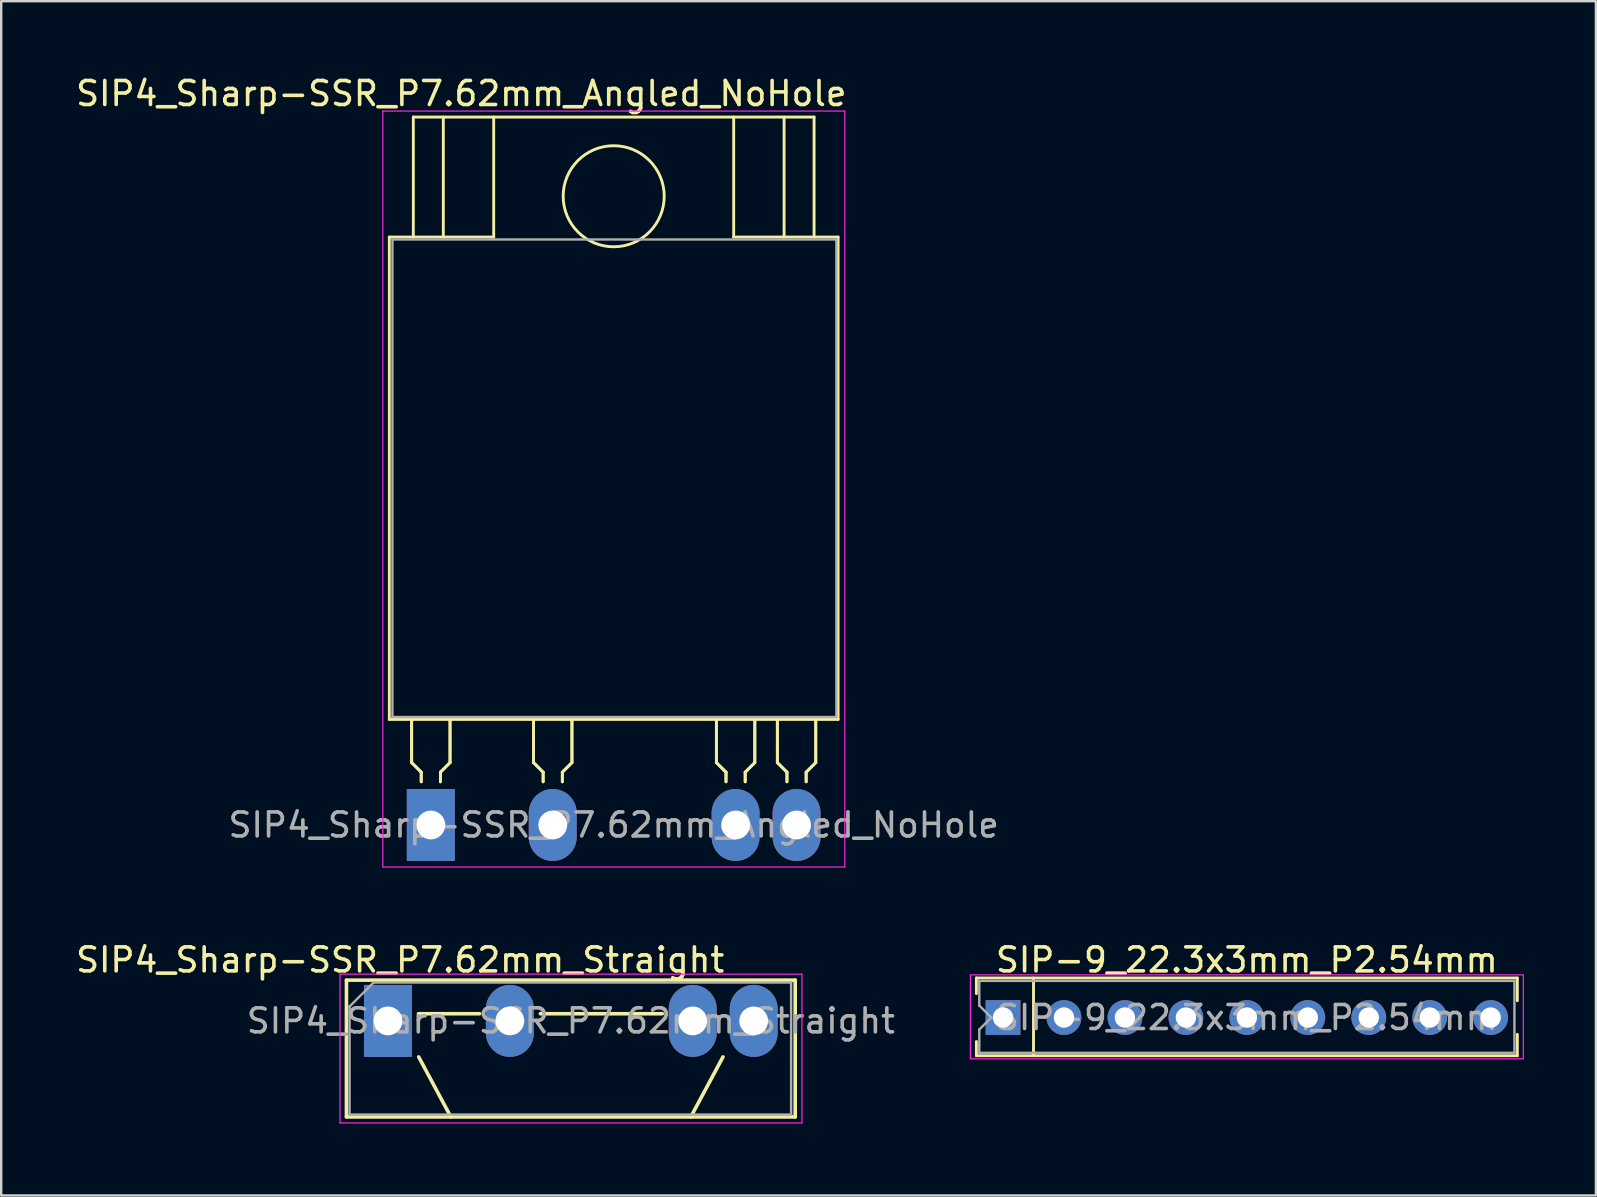
<source format=kicad_pcb>
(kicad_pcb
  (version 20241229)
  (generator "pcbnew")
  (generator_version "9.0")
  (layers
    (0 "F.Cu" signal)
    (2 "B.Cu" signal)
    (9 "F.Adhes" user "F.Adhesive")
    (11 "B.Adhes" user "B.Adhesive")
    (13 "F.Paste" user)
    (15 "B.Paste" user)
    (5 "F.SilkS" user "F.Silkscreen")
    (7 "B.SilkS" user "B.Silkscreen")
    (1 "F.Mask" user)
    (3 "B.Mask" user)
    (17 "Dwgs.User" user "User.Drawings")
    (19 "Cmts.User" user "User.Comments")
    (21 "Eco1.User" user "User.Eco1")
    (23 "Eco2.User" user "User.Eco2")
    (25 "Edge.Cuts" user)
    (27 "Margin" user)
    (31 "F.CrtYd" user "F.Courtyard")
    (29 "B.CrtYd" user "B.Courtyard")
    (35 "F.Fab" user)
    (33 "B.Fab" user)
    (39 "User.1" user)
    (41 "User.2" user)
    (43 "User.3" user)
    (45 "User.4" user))
  (footprint "SIP4_Sharp-SSR_P7.62mm_Straight"
    (layer "F.Cu")
    (at 13.117 39.492)
    (property "Reference" "SIP4_Sharp-SSR_P7.62mm_Straight" (at 0.508 -2.54 0) (layer "F.SilkS") (effects (font (size 1 1) (thickness 0.15))))
    (attr through_hole)
    (fp_line (start -1.73 -1.7) (end 16.97 -1.7) (stroke (width 0.15) (type solid)) (layer "F.SilkS"))
    (fp_line (start -1.73 4) (end -1.73 -1.7) (stroke (width 0.15) (type solid)) (layer "F.SilkS"))
    (fp_line (start 1.27 -0.3) (end 3.81 -0.3) (stroke (width 0.15) (type solid)) (layer "F.SilkS"))
    (fp_line (start 2.62 4) (end 1.28 1.5) (stroke (width 0.15) (type solid)) (layer "F.SilkS"))
    (fp_line (start 6.35 -0.3) (end 11.43 -0.3) (stroke (width 0.15) (type solid)) (layer "F.SilkS"))
    (fp_line (start 12.62 4) (end 13.96 1.5) (stroke (width 0.15) (type solid)) (layer "F.SilkS"))
    (fp_line (start 16.97 -1.7) (end 16.97 4) (stroke (width 0.15) (type solid)) (layer "F.SilkS"))
    (fp_line (start 16.97 4) (end -1.73 4) (stroke (width 0.15) (type solid)) (layer "F.SilkS"))
    (fp_line (start -2 -1.95) (end 17.25 -1.95) (stroke (width 0.05) (type solid)) (layer "F.CrtYd"))
    (fp_line (start -2 4.25) (end -2 -1.95) (stroke (width 0.05) (type solid)) (layer "F.CrtYd"))
    (fp_line (start 17.25 -1.95) (end 17.25 4.25) (stroke (width 0.05) (type solid)) (layer "F.CrtYd"))
    (fp_line (start 17.25 4.25) (end -2 4.25) (stroke (width 0.05) (type solid)) (layer "F.CrtYd"))
    (fp_line (start -1.6 -0.6) (end -1.6 3.9) (stroke (width 0.1) (type solid)) (layer "F.Fab"))
    (fp_line (start -1.6 3.9) (end 16.8 3.9) (stroke (width 0.1) (type solid)) (layer "F.Fab"))
    (fp_line (start -0.6 -1.6) (end -1.6 -0.6) (stroke (width 0.1) (type solid)) (layer "F.Fab"))
    (fp_line (start 16.8 -1.6) (end -0.6 -1.6) (stroke (width 0.1) (type solid)) (layer "F.Fab"))
    (fp_line (start 16.8 3.9) (end 16.8 -1.6) (stroke (width 0.1) (type solid)) (layer "F.Fab"))
    (fp_text user "${REFERENCE}" (at 7.62 0 0) (layer "F.Fab") (effects (font (size 1 1) (thickness 0.15))))
    (pad "1" thru_hole rect (at 0 0) (size 2 3) (drill 1.2) (layers "*.Cu" "*.Mask"))
    (pad "2" thru_hole oval (at 5.08 0) (size 2 3) (drill 1.2) (layers "*.Cu" "*.Mask"))
    (pad "3" thru_hole oval (at 12.7 0) (size 2 3) (drill 1.2) (layers "*.Cu" "*.Mask"))
    (pad "4" thru_hole oval (at 15.24 0) (size 2 3) (drill 1.2) (layers "*.Cu" "*.Mask")))
  (footprint "SIP4_Sharp-SSR_P7.62mm_Angled_NoHole"
    (layer "F.Cu")
    (at 14.903 31.328)
    (property "Reference" "SIP4_Sharp-SSR_P7.62mm_Angled_NoHole" (at 1.27 -30.48 0) (layer "F.SilkS") (effects (font (size 1 1) (thickness 0.15))))
    (attr through_hole)
    (fp_line (start -1.73 -24.5) (end 2.62 -24.5) (stroke (width 0.12) (type solid)) (layer "F.SilkS"))
    (fp_line (start -1.73 -4.4) (end -1.73 -24.5) (stroke (width 0.12) (type solid)) (layer "F.SilkS"))
    (fp_line (start -0.8 -3.2) (end -0.8 -4.4) (stroke (width 0.12) (type solid)) (layer "F.SilkS"))
    (fp_line (start -0.8 -3.2) (end -0.8 -4.4) (stroke (width 0.12) (type solid)) (layer "F.SilkS"))
    (fp_line (start -0.8 -2.6) (end -0.8 -3.2) (stroke (width 0.12) (type solid)) (layer "F.SilkS"))
    (fp_line (start -0.8 -2.6) (end -0.8 -3.2) (stroke (width 0.12) (type solid)) (layer "F.SilkS"))
    (fp_line (start -0.73 -29.5) (end 15.97 -29.5) (stroke (width 0.12) (type solid)) (layer "F.SilkS"))
    (fp_line (start -0.73 -24.5) (end -0.73 -29.5) (stroke (width 0.12) (type solid)) (layer "F.SilkS"))
    (fp_line (start -0.4 -2.2) (end -0.8 -2.6) (stroke (width 0.12) (type solid)) (layer "F.SilkS"))
    (fp_line (start -0.4 -2.2) (end -0.8 -2.6) (stroke (width 0.12) (type solid)) (layer "F.SilkS"))
    (fp_line (start -0.4 -2.2) (end -0.4 -1.8) (stroke (width 0.12) (type solid)) (layer "F.SilkS"))
    (fp_line (start -0.4 -2.2) (end -0.4 -1.8) (stroke (width 0.12) (type solid)) (layer "F.SilkS"))
    (fp_line (start 0.4 -2.2) (end 0.8 -2.6) (stroke (width 0.12) (type solid)) (layer "F.SilkS"))
    (fp_line (start 0.4 -2.2) (end 0.8 -2.6) (stroke (width 0.12) (type solid)) (layer "F.SilkS"))
    (fp_line (start 0.4 -1.8) (end 0.4 -2.2) (stroke (width 0.12) (type solid)) (layer "F.SilkS"))
    (fp_line (start 0.4 -1.8) (end 0.4 -2.2) (stroke (width 0.12) (type solid)) (layer "F.SilkS"))
    (fp_line (start 0.52 -24.5) (end 0.52 -29.5) (stroke (width 0.12) (type solid)) (layer "F.SilkS"))
    (fp_line (start 0.8 -2.6) (end 0.8 -4.4) (stroke (width 0.12) (type solid)) (layer "F.SilkS"))
    (fp_line (start 0.8 -2.6) (end 0.8 -4.4) (stroke (width 0.12) (type solid)) (layer "F.SilkS"))
    (fp_line (start 2.62 -29.5) (end 2.62 -24.5) (stroke (width 0.12) (type solid)) (layer "F.SilkS"))
    (fp_line (start 4.28 -3.2) (end 4.28 -4.4) (stroke (width 0.12) (type solid)) (layer "F.SilkS"))
    (fp_line (start 4.28 -3.2) (end 4.28 -4.4) (stroke (width 0.12) (type solid)) (layer "F.SilkS"))
    (fp_line (start 4.28 -2.6) (end 4.28 -3.2) (stroke (width 0.12) (type solid)) (layer "F.SilkS"))
    (fp_line (start 4.28 -2.6) (end 4.28 -3.2) (stroke (width 0.12) (type solid)) (layer "F.SilkS"))
    (fp_line (start 4.68 -2.2) (end 4.28 -2.6) (stroke (width 0.12) (type solid)) (layer "F.SilkS"))
    (fp_line (start 4.68 -2.2) (end 4.28 -2.6) (stroke (width 0.12) (type solid)) (layer "F.SilkS"))
    (fp_line (start 4.68 -2.2) (end 4.68 -1.8) (stroke (width 0.12) (type solid)) (layer "F.SilkS"))
    (fp_line (start 4.68 -2.2) (end 4.68 -1.8) (stroke (width 0.12) (type solid)) (layer "F.SilkS"))
    (fp_line (start 5.48 -2.2) (end 5.88 -2.6) (stroke (width 0.12) (type solid)) (layer "F.SilkS"))
    (fp_line (start 5.48 -2.2) (end 5.88 -2.6) (stroke (width 0.12) (type solid)) (layer "F.SilkS"))
    (fp_line (start 5.48 -1.8) (end 5.48 -2.2) (stroke (width 0.12) (type solid)) (layer "F.SilkS"))
    (fp_line (start 5.48 -1.8) (end 5.48 -2.2) (stroke (width 0.12) (type solid)) (layer "F.SilkS"))
    (fp_line (start 5.88 -2.6) (end 5.88 -4.4) (stroke (width 0.12) (type solid)) (layer "F.SilkS"))
    (fp_line (start 5.88 -2.6) (end 5.88 -4.4) (stroke (width 0.12) (type solid)) (layer "F.SilkS"))
    (fp_line (start 11.9 -3.2) (end 11.9 -4.4) (stroke (width 0.12) (type solid)) (layer "F.SilkS"))
    (fp_line (start 11.9 -3.2) (end 11.9 -4.4) (stroke (width 0.12) (type solid)) (layer "F.SilkS"))
    (fp_line (start 11.9 -2.6) (end 11.9 -3.2) (stroke (width 0.12) (type solid)) (layer "F.SilkS"))
    (fp_line (start 11.9 -2.6) (end 11.9 -3.2) (stroke (width 0.12) (type solid)) (layer "F.SilkS"))
    (fp_line (start 12.3 -2.2) (end 11.9 -2.6) (stroke (width 0.12) (type solid)) (layer "F.SilkS"))
    (fp_line (start 12.3 -2.2) (end 11.9 -2.6) (stroke (width 0.12) (type solid)) (layer "F.SilkS"))
    (fp_line (start 12.3 -2.2) (end 12.3 -1.8) (stroke (width 0.12) (type solid)) (layer "F.SilkS"))
    (fp_line (start 12.3 -2.2) (end 12.3 -1.8) (stroke (width 0.12) (type solid)) (layer "F.SilkS"))
    (fp_line (start 12.62 -29.5) (end 12.62 -24.5) (stroke (width 0.12) (type solid)) (layer "F.SilkS"))
    (fp_line (start 12.62 -24.5) (end 16.97 -24.5) (stroke (width 0.12) (type solid)) (layer "F.SilkS"))
    (fp_line (start 13.1 -2.2) (end 13.5 -2.6) (stroke (width 0.12) (type solid)) (layer "F.SilkS"))
    (fp_line (start 13.1 -2.2) (end 13.5 -2.6) (stroke (width 0.12) (type solid)) (layer "F.SilkS"))
    (fp_line (start 13.1 -1.8) (end 13.1 -2.2) (stroke (width 0.12) (type solid)) (layer "F.SilkS"))
    (fp_line (start 13.1 -1.8) (end 13.1 -2.2) (stroke (width 0.12) (type solid)) (layer "F.SilkS"))
    (fp_line (start 13.5 -2.6) (end 13.5 -4.4) (stroke (width 0.12) (type solid)) (layer "F.SilkS"))
    (fp_line (start 13.5 -2.6) (end 13.5 -4.4) (stroke (width 0.12) (type solid)) (layer "F.SilkS"))
    (fp_line (start 14.44 -3.2) (end 14.44 -4.4) (stroke (width 0.12) (type solid)) (layer "F.SilkS"))
    (fp_line (start 14.44 -3.2) (end 14.44 -4.4) (stroke (width 0.12) (type solid)) (layer "F.SilkS"))
    (fp_line (start 14.44 -2.6) (end 14.44 -3.2) (stroke (width 0.12) (type solid)) (layer "F.SilkS"))
    (fp_line (start 14.44 -2.6) (end 14.44 -3.2) (stroke (width 0.12) (type solid)) (layer "F.SilkS"))
    (fp_line (start 14.72 -24.5) (end 14.72 -29.5) (stroke (width 0.12) (type solid)) (layer "F.SilkS"))
    (fp_line (start 14.84 -2.2) (end 14.44 -2.6) (stroke (width 0.12) (type solid)) (layer "F.SilkS"))
    (fp_line (start 14.84 -2.2) (end 14.44 -2.6) (stroke (width 0.12) (type solid)) (layer "F.SilkS"))
    (fp_line (start 14.84 -2.2) (end 14.84 -1.8) (stroke (width 0.12) (type solid)) (layer "F.SilkS"))
    (fp_line (start 14.84 -2.2) (end 14.84 -1.8) (stroke (width 0.12) (type solid)) (layer "F.SilkS"))
    (fp_line (start 15.64 -2.2) (end 16.04 -2.6) (stroke (width 0.12) (type solid)) (layer "F.SilkS"))
    (fp_line (start 15.64 -2.2) (end 16.04 -2.6) (stroke (width 0.12) (type solid)) (layer "F.SilkS"))
    (fp_line (start 15.64 -1.8) (end 15.64 -2.2) (stroke (width 0.12) (type solid)) (layer "F.SilkS"))
    (fp_line (start 15.64 -1.8) (end 15.64 -2.2) (stroke (width 0.12) (type solid)) (layer "F.SilkS"))
    (fp_line (start 15.97 -24.5) (end 15.97 -29.5) (stroke (width 0.12) (type solid)) (layer "F.SilkS"))
    (fp_line (start 16.04 -2.6) (end 16.04 -4.4) (stroke (width 0.12) (type solid)) (layer "F.SilkS"))
    (fp_line (start 16.04 -2.6) (end 16.04 -4.4) (stroke (width 0.12) (type solid)) (layer "F.SilkS"))
    (fp_line (start 16.97 -24.5) (end 16.97 -4.4) (stroke (width 0.12) (type solid)) (layer "F.SilkS"))
    (fp_line (start 16.97 -4.4) (end -1.73 -4.4) (stroke (width 0.12) (type solid)) (layer "F.SilkS"))
    (fp_circle (center 7.62 -26.2) (end 9.35 -27.4) (stroke (width 0.12) (type solid)) (fill no) (layer "F.SilkS"))
    (fp_line (start -2 -29.75) (end 17.25 -29.75) (stroke (width 0.05) (type solid)) (layer "F.CrtYd"))
    (fp_line (start -2 1.75) (end -2 -29.75) (stroke (width 0.05) (type solid)) (layer "F.CrtYd"))
    (fp_line (start 17.25 -29.75) (end 17.25 1.75) (stroke (width 0.05) (type solid)) (layer "F.CrtYd"))
    (fp_line (start 17.25 1.75) (end -2 1.75) (stroke (width 0.05) (type solid)) (layer "F.CrtYd"))
    (fp_line (start -1.6 -24.4) (end 16.9 -24.4) (stroke (width 0.1) (type solid)) (layer "F.Fab"))
    (fp_line (start -1.6 -4.5) (end -1.6 -24.4) (stroke (width 0.1) (type solid)) (layer "F.Fab"))
    (fp_line (start 16.9 -24.4) (end 16.9 -4.5) (stroke (width 0.1) (type solid)) (layer "F.Fab"))
    (fp_line (start 16.9 -4.5) (end -1.6 -4.5) (stroke (width 0.1) (type solid)) (layer "F.Fab"))
    (fp_text user "${REFERENCE}" (at 7.62 0 0) (layer "F.Fab") (effects (font (size 1 1) (thickness 0.15))))
    (pad "1" thru_hole rect (at 0 0) (size 2 3) (drill 1.2) (layers "*.Cu" "*.Mask"))
    (pad "2" thru_hole oval (at 5.08 0) (size 2 3) (drill 1.2) (layers "*.Cu" "*.Mask"))
    (pad "3" thru_hole oval (at 12.7 0) (size 2 3) (drill 1.2) (layers "*.Cu" "*.Mask"))
    (pad "4" thru_hole oval (at 15.24 0) (size 2 3) (drill 1.2) (layers "*.Cu" "*.Mask")))
  (footprint "SIP-9_22.3x3mm_P2.54mm"
    (layer "F.Cu")
    (at 38.747 39.352)
    (property "Reference" "SIP-9_22.3x3mm_P2.54mm" (at 10.16 -2.4 0) (layer "F.SilkS") (effects (font (size 1 1) (thickness 0.15))))
    (attr through_hole)
    (fp_line (start -1.11 -1.65) (end -1.11 -1) (stroke (width 0.12) (type solid)) (layer "F.SilkS"))
    (fp_line (start -1.11 1.59) (end -1.11 1) (stroke (width 0.12) (type solid)) (layer "F.SilkS"))
    (fp_line (start 1.27 1.59) (end 1.27 -1.65) (stroke (width 0.12) (type solid)) (layer "F.SilkS"))
    (fp_line (start 21.43 -1.65) (end -1.11 -1.65) (stroke (width 0.12) (type solid)) (layer "F.SilkS"))
    (fp_line (start 21.43 -1.65) (end 21.43 -0.7) (stroke (width 0.12) (type solid)) (layer "F.SilkS"))
    (fp_line (start 21.43 1.59) (end -1.11 1.59) (stroke (width 0.12) (type solid)) (layer "F.SilkS"))
    (fp_line (start 21.43 1.59) (end 21.43 0.7) (stroke (width 0.12) (type solid)) (layer "F.SilkS"))
    (fp_line (start -1.36 -1.78) (end 21.68 -1.78) (stroke (width 0.05) (type solid)) (layer "F.CrtYd"))
    (fp_line (start -1.36 1.72) (end -1.36 -1.78) (stroke (width 0.05) (type solid)) (layer "F.CrtYd"))
    (fp_line (start 21.68 -1.78) (end 21.68 1.72) (stroke (width 0.05) (type solid)) (layer "F.CrtYd"))
    (fp_line (start 21.68 1.72) (end -1.36 1.72) (stroke (width 0.05) (type solid)) (layer "F.CrtYd"))
    (fp_line (start -0.99 -1.53) (end -0.99 -0.5) (stroke (width 0.1) (type solid)) (layer "F.Fab"))
    (fp_line (start -0.99 -0.5) (end -0.49 0) (stroke (width 0.1) (type solid)) (layer "F.Fab"))
    (fp_line (start -0.99 0.5) (end -0.99 1.47) (stroke (width 0.1) (type solid)) (layer "F.Fab"))
    (fp_line (start -0.49 0) (end -0.99 0.5) (stroke (width 0.1) (type solid)) (layer "F.Fab"))
    (fp_line (start 21.31 -1.53) (end -0.99 -1.53) (stroke (width 0.1) (type solid)) (layer "F.Fab"))
    (fp_line (start 21.31 -1.53) (end 21.31 1.47) (stroke (width 0.1) (type solid)) (layer "F.Fab"))
    (fp_line (start 21.31 1.47) (end -0.99 1.47) (stroke (width 0.1) (type solid)) (layer "F.Fab"))
    (fp_text user "${REFERENCE}" (at 10.16 0 0) (layer "F.Fab") (effects (font (size 1 1) (thickness 0.15))))
    (pad "1" thru_hole rect (at 0 0 90) (size 1.45 1.45) (drill 0.85) (layers "*.Cu" "*.Mask"))
    (pad "2" thru_hole circle (at 2.54 0 90) (size 1.45 1.45) (drill 0.85) (layers "*.Cu" "*.Mask"))
    (pad "3" thru_hole circle (at 5.08 0 90) (size 1.45 1.45) (drill 0.85) (layers "*.Cu" "*.Mask"))
    (pad "4" thru_hole circle (at 7.62 0 90) (size 1.45 1.45) (drill 0.85) (layers "*.Cu" "*.Mask"))
    (pad "5" thru_hole circle (at 10.16 0 90) (size 1.45 1.45) (drill 0.85) (layers "*.Cu" "*.Mask"))
    (pad "6" thru_hole circle (at 12.7 0 90) (size 1.45 1.45) (drill 0.85) (layers "*.Cu" "*.Mask"))
    (pad "7" thru_hole circle (at 15.24 0 90) (size 1.45 1.45) (drill 0.85) (layers "*.Cu" "*.Mask"))
    (pad "8" thru_hole circle (at 17.78 0 90) (size 1.45 1.45) (drill 0.85) (layers "*.Cu" "*.Mask"))
    (pad "9" thru_hole circle (at 20.32 0 90) (size 1.45 1.45) (drill 0.85) (layers "*.Cu" "*.Mask")))
  (gr_rect
    (start -3 -3)
    (end 63.452 46.767)
    (stroke (width 0.1) (type default))
    (fill no)
    (layer "Edge.Cuts")))
</source>
